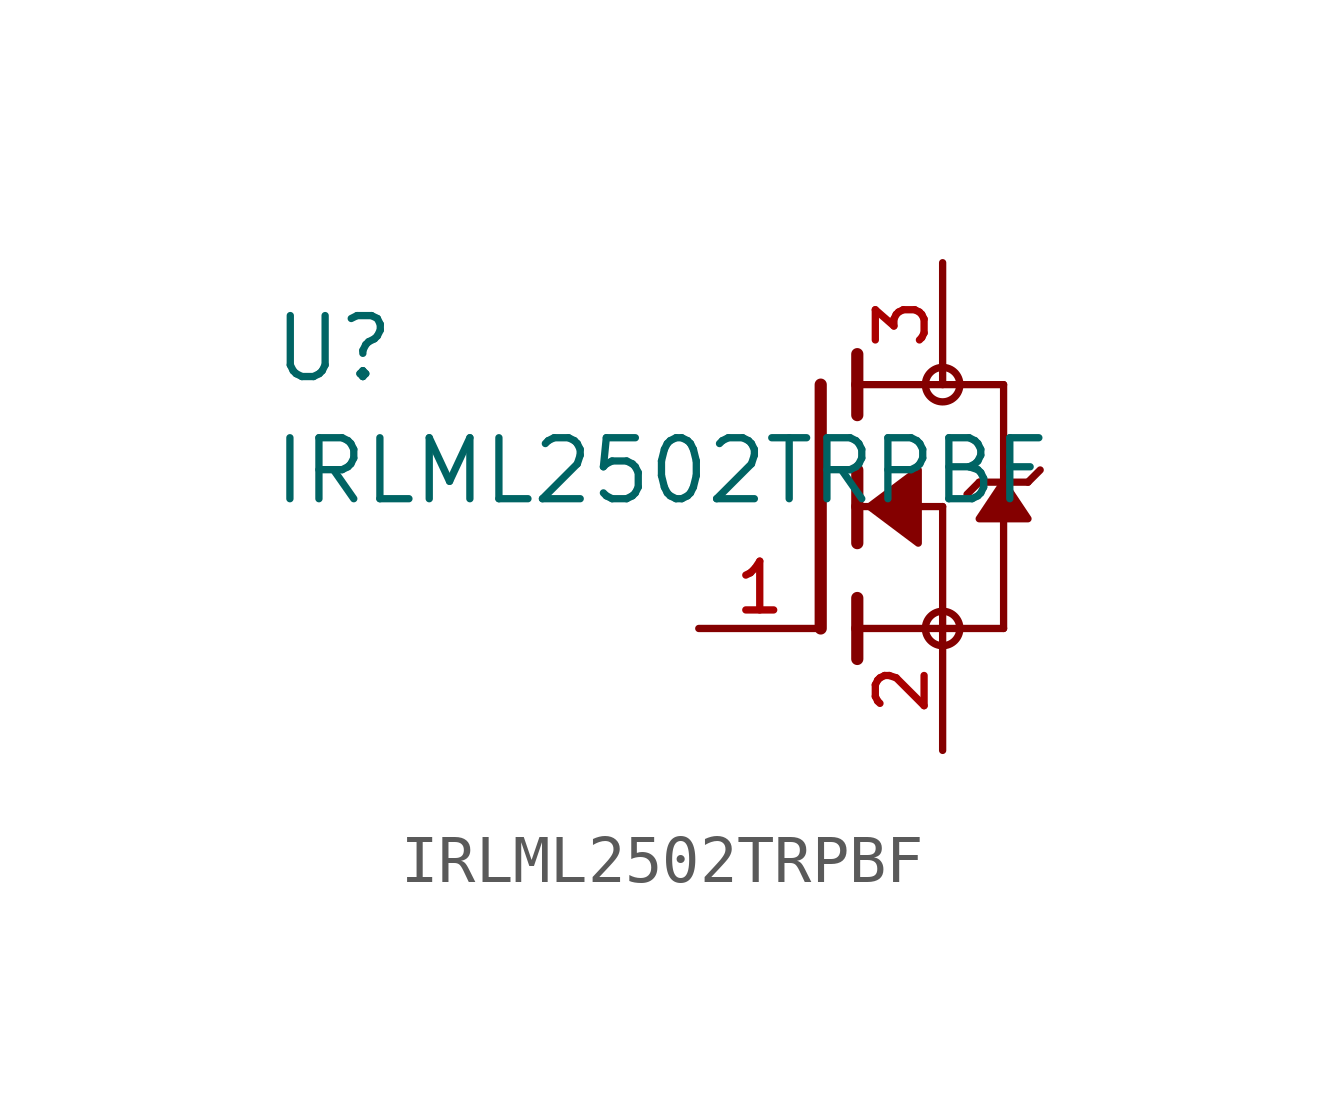
<source format=kicad_sym>
(kicad_symbol_lib
  (version 20211014)
  (generator kicad_symbol_editor)
  (symbol "IRLML2502TRPBF"
    (pin_names
      (offset 1.016))
    (property "Reference" "U"
      (at -11.453 2.545 0)
      (effects (font (size 1.27 1.27)) (justify bottom left)))
    (property "Value" "IRLML2502TRPBF"
      (at -11.461 0.0 0)
      (effects (font (size 1.27 1.27)) (justify bottom left)))
    (symbol "IRLML2502TRPBF_0_0"
      (polyline (pts (xy 0.762 0.762) (xy 0.762 0.0)) (stroke (width 0.254)))
      (polyline (pts (xy 0.762 0.0) (xy 0.762 -0.762)) (stroke (width 0.254)))
      (polyline (pts (xy 0.762 3.175) (xy 0.762 2.54)) (stroke (width 0.254)))
      (polyline (pts (xy 0.762 2.54) (xy 0.762 1.905)) (stroke (width 0.254)))
      (polyline (pts (xy 0.762 0.0) (xy 2.54 0.0)) (stroke (width 0.152)))
      (polyline (pts (xy 2.54 0.0) (xy 2.54 -2.54)) (stroke (width 0.152)))
      (polyline (pts (xy 0.762 -1.905) (xy 0.762 -2.54)) (stroke (width 0.254)))
      (polyline (pts (xy 0.762 -2.54) (xy 0.762 -3.175)) (stroke (width 0.254)))
      (polyline (pts (xy 0.0 2.54) (xy 0.0 -2.54)) (stroke (width 0.254)))
      (polyline (pts (xy 2.54 -2.54) (xy 0.762 -2.54)) (stroke (width 0.152)))
      (polyline (pts (xy 3.81 2.54) (xy 3.81 0.508)) (stroke (width 0.152)))
      (polyline (pts (xy 3.81 0.508) (xy 3.81 -2.54)) (stroke (width 0.152)))
      (polyline (pts (xy 2.54 -2.54) (xy 3.81 -2.54)) (stroke (width 0.152)))
      (polyline (pts (xy 0.762 2.54) (xy 3.81 2.54)) (stroke (width 0.152)))
      (polyline (pts (xy 4.572 0.762) (xy 4.318 0.508)) (stroke (width 0.152)))
      (polyline (pts (xy 4.318 0.508) (xy 3.81 0.508)) (stroke (width 0.152)))
      (polyline (pts (xy 3.81 0.508) (xy 3.302 0.508)) (stroke (width 0.152)))
      (polyline (pts (xy 3.302 0.508) (xy 3.048 0.254)) (stroke (width 0.152)))
      (circle (center 2.54 -2.54) (radius 0.359) (stroke (width 0.0)) (fill (type none)))
      (circle (center 2.54 2.54) (radius 0.359) (stroke (width 0.0)) (fill (type none)))
      (polyline (pts (xy 3.81 0.508) (xy 3.302 -0.254) (xy 4.318 -0.254) (xy 3.81 0.508)) (stroke (width 0.152)) (fill (type outline)))
      (polyline (pts (xy 1.016 0.0) (xy 2.032 0.762) (xy 2.032 -0.762) (xy 1.016 0.0)) (stroke (width 0.152)) (fill (type outline)))
      (pin passive line (at 2.54 -5.08 90.0) (length 2.54) (name "~" (effects (font (size 1.016 1.016)))) (number "2" (effects (font (size 1.016 1.016)))))
      (pin passive line (at -2.54 -2.54 0) (length 2.54) (name "~" (effects (font (size 1.016 1.016)))) (number "1" (effects (font (size 1.016 1.016)))))
      (pin passive line (at 2.54 5.08 270.0) (length 2.54) (name "~" (effects (font (size 1.016 1.016)))) (number "3" (effects (font (size 1.016 1.016))))))))
</source>
